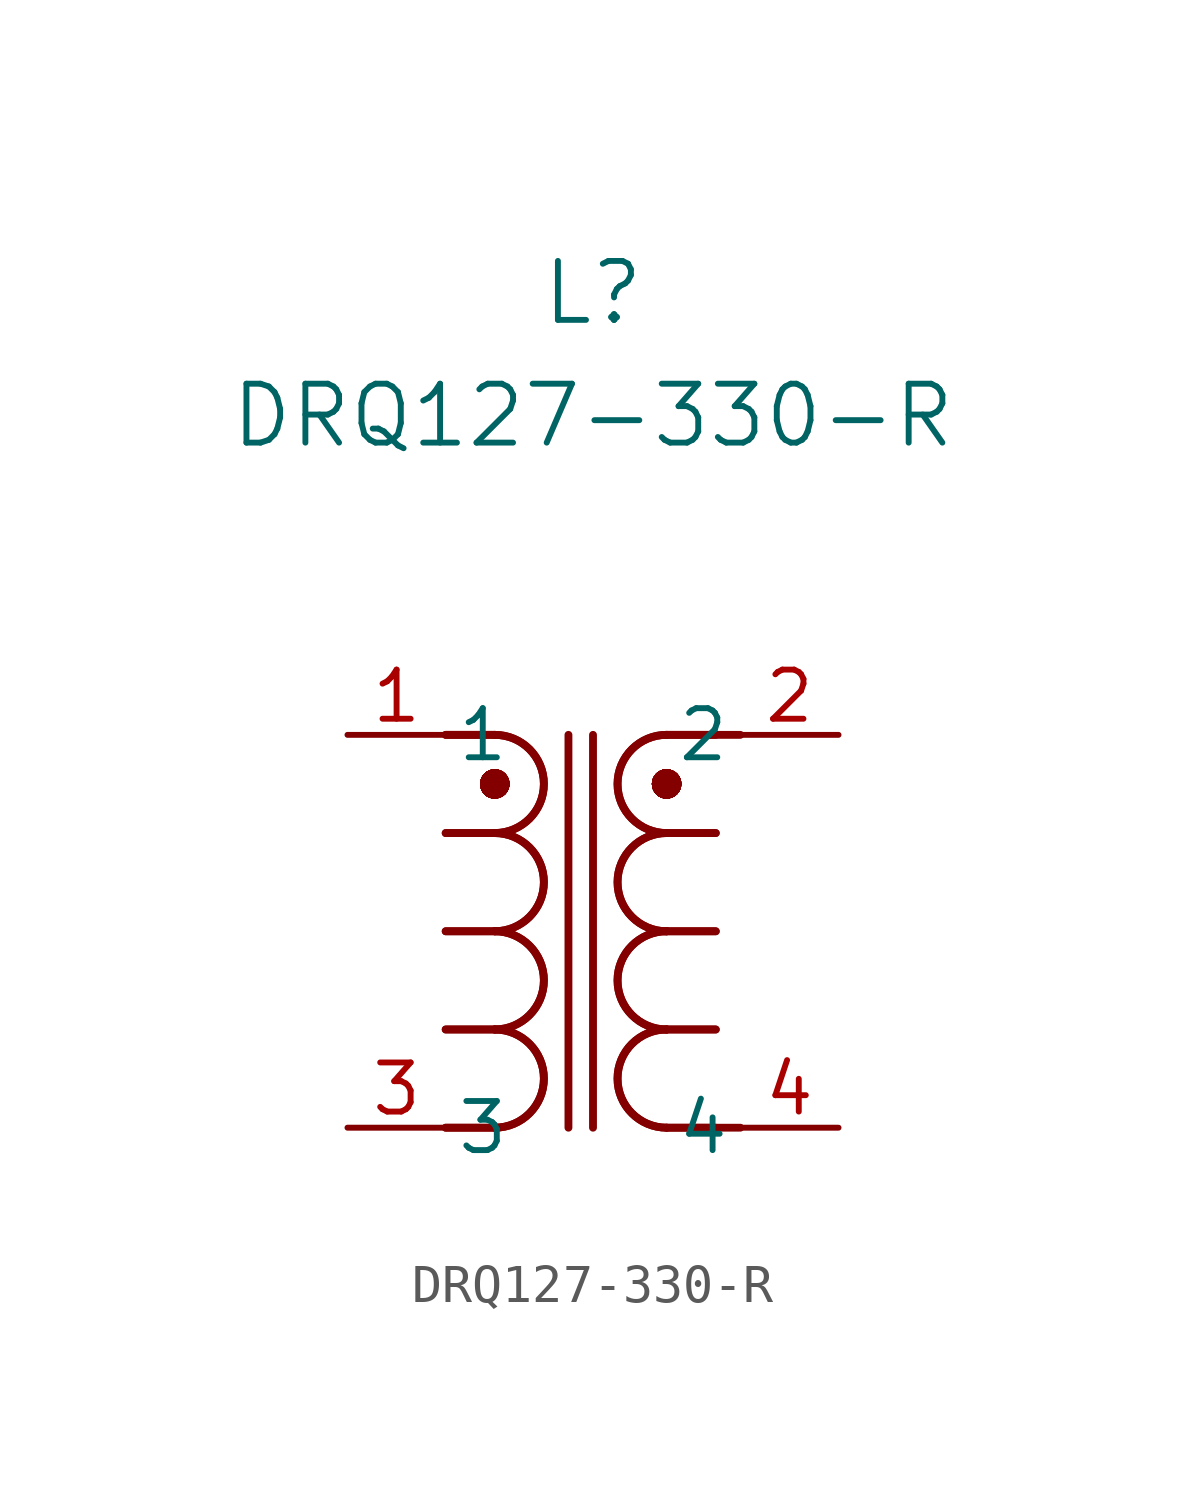
<source format=kicad_sym>
(kicad_symbol_lib
  (version 20211014)
  (generator kicad_symbol_editor)
  (symbol "DRQ127-330-R"
    (pin_names
      (offset 0.254))
    (property "Reference" "L"
      (at 6.35 11.43 0)
      (effects (font (size 1.524 1.524))))
    (property "Value" "DRQ127-330-R"
      (at 6.35 8.255 0)
      (effects (font (size 1.524 1.524))))
    (polyline
      (pts (xy 8.128 -1.27) (xy 8.255 -1.27))
      (stroke (width 0.508) (type default) (color 0 0 0 0))
      (fill (type none)))
    (arc
      (start 8.255 -1.524)
      (mid 8.509 -1.27)
      (end 8.255 -1.016)
      (stroke (width 0.254) (type default) (color 0 0 0 0))
      (fill (type none)))
    (arc
      (start 3.81 -7.62)
      (mid 5.08 -6.35)
      (end 3.81 -5.08)
      (stroke (width 0.2032) (type default) (color 0 0 0 0))
      (fill (type none)))
    (arc
      (start 3.81 -10.16)
      (mid 5.08 -8.89)
      (end 3.81 -7.62)
      (stroke (width 0.2032) (type default) (color 0 0 0 0))
      (fill (type none)))
    (arc
      (start 3.81 -2.54)
      (mid 5.08 -1.27)
      (end 3.81 0)
      (stroke (width 0.2032) (type default) (color 0 0 0 0))
      (fill (type none)))
    (arc
      (start 3.81 -5.08)
      (mid 5.08 -3.81)
      (end 3.81 -2.54)
      (stroke (width 0.2032) (type default) (color 0 0 0 0))
      (fill (type none)))
    (polyline
      (pts (xy 2.54 -5.08) (xy 3.81 -5.08))
      (stroke (width 0.203) (type default) (color 0 0 0 0))
      (fill (type none)))
    (polyline
      (pts (xy 2.54 -7.62) (xy 3.81 -7.62))
      (stroke (width 0.203) (type default) (color 0 0 0 0))
      (fill (type none)))
    (polyline
      (pts (xy 3.683 -1.27) (xy 3.81 -1.27))
      (stroke (width 0.508) (type default) (color 0 0 0 0))
      (fill (type none)))
    (polyline
      (pts (xy 6.35 0) (xy 6.35 -10.16))
      (stroke (width 0.203) (type default) (color 0 0 0 0))
      (fill (type none)))
    (polyline
      (pts (xy 5.715 0) (xy 5.715 -10.16))
      (stroke (width 0.203) (type default) (color 0 0 0 0))
      (fill (type none)))
    (polyline
      (pts (xy 2.54 -10.16) (xy 3.81 -10.16))
      (stroke (width 0.203) (type default) (color 0 0 0 0))
      (fill (type none)))
    (polyline
      (pts (xy 2.54 -2.54) (xy 3.81 -2.54))
      (stroke (width 0.203) (type default) (color 0 0 0 0))
      (fill (type none)))
    (arc
      (start 3.81 -1.524)
      (mid 4.064 -1.27)
      (end 3.81 -1.016)
      (stroke (width 0.254) (type default) (color 0 0 0 0))
      (fill (type none)))
    (arc
      (start 3.81 -1.016)
      (mid 3.556 -1.27)
      (end 3.81 -1.524)
      (stroke (width 0.254) (type default) (color 0 0 0 0))
      (fill (type none)))
    (arc
      (start 3.81 -1.524)
      (mid 4.064 -1.27)
      (end 3.81 -1.016)
      (stroke (width 0.254) (type default) (color 0 0 0 0))
      (fill (type none)))
    (arc
      (start 3.81 -1.016)
      (mid 3.556 -1.27)
      (end 3.81 -1.524)
      (stroke (width 0.254) (type default) (color 0 0 0 0))
      (fill (type none)))
    (arc
      (start 3.81 -1.524)
      (mid 4.064 -1.27)
      (end 3.81 -1.016)
      (stroke (width 0.254) (type default) (color 0 0 0 0))
      (fill (type none)))
    (arc
      (start 3.81 -1.016)
      (mid 3.556 -1.27)
      (end 3.81 -1.524)
      (stroke (width 0.254) (type default) (color 0 0 0 0))
      (fill (type none)))
    (arc
      (start 3.81 -1.524)
      (mid 4.064 -1.27)
      (end 3.81 -1.016)
      (stroke (width 0.254) (type default) (color 0 0 0 0))
      (fill (type none)))
    (arc
      (start 3.81 -1.016)
      (mid 3.556 -1.27)
      (end 3.81 -1.524)
      (stroke (width 0.254) (type default) (color 0 0 0 0))
      (fill (type none)))
    (arc
      (start 3.81 -1.524)
      (mid 4.064 -1.27)
      (end 3.81 -1.016)
      (stroke (width 0.254) (type default) (color 0 0 0 0))
      (fill (type none)))
    (arc
      (start 3.81 -1.016)
      (mid 3.556 -1.27)
      (end 3.81 -1.524)
      (stroke (width 0.254) (type default) (color 0 0 0 0))
      (fill (type none)))
    (arc
      (start 3.81 -1.524)
      (mid 4.064 -1.27)
      (end 3.81 -1.016)
      (stroke (width 0.254) (type default) (color 0 0 0 0))
      (fill (type none)))
    (arc
      (start 3.81 -1.016)
      (mid 3.556 -1.27)
      (end 3.81 -1.524)
      (stroke (width 0.254) (type default) (color 0 0 0 0))
      (fill (type none)))
    (arc
      (start 3.81 -1.524)
      (mid 4.064 -1.27)
      (end 3.81 -1.016)
      (stroke (width 0.254) (type default) (color 0 0 0 0))
      (fill (type none)))
    (arc
      (start 3.81 -1.016)
      (mid 3.556 -1.27)
      (end 3.81 -1.524)
      (stroke (width 0.254) (type default) (color 0 0 0 0))
      (fill (type none)))
    (polyline
      (pts (xy 2.54 0) (xy 3.81 0))
      (stroke (width 0.203) (type default) (color 0 0 0 0))
      (fill (type none)))
    (arc
      (start 3.81 -7.62)
      (mid 5.08 -6.35)
      (end 3.81 -5.08)
      (stroke (width 0.2032) (type default) (color 0 0 0 0))
      (fill (type none)))
    (arc
      (start 3.81 -10.16)
      (mid 5.08 -8.89)
      (end 3.81 -7.62)
      (stroke (width 0.2032) (type default) (color 0 0 0 0))
      (fill (type none)))
    (arc
      (start 3.81 -2.54)
      (mid 5.08 -1.27)
      (end 3.81 0)
      (stroke (width 0.2032) (type default) (color 0 0 0 0))
      (fill (type none)))
    (arc
      (start 3.81 -5.08)
      (mid 5.08 -3.81)
      (end 3.81 -2.54)
      (stroke (width 0.2032) (type default) (color 0 0 0 0))
      (fill (type none)))
    (polyline
      (pts (xy 2.54 -5.08) (xy 3.81 -5.08))
      (stroke (width 0.203) (type default) (color 0 0 0 0))
      (fill (type none)))
    (polyline
      (pts (xy 2.54 -7.62) (xy 3.81 -7.62))
      (stroke (width 0.203) (type default) (color 0 0 0 0))
      (fill (type none)))
    (polyline
      (pts (xy 3.683 -1.27) (xy 3.81 -1.27))
      (stroke (width 0.508) (type default) (color 0 0 0 0))
      (fill (type none)))
    (polyline
      (pts (xy 2.54 -10.16) (xy 3.81 -10.16))
      (stroke (width 0.203) (type default) (color 0 0 0 0))
      (fill (type none)))
    (polyline
      (pts (xy 2.54 -2.54) (xy 3.81 -2.54))
      (stroke (width 0.203) (type default) (color 0 0 0 0))
      (fill (type none)))
    (arc
      (start 3.81 -1.524)
      (mid 4.064 -1.27)
      (end 3.81 -1.016)
      (stroke (width 0.254) (type default) (color 0 0 0 0))
      (fill (type none)))
    (arc
      (start 3.81 -1.016)
      (mid 3.556 -1.27)
      (end 3.81 -1.524)
      (stroke (width 0.254) (type default) (color 0 0 0 0))
      (fill (type none)))
    (arc
      (start 3.81 -1.524)
      (mid 4.064 -1.27)
      (end 3.81 -1.016)
      (stroke (width 0.254) (type default) (color 0 0 0 0))
      (fill (type none)))
    (arc
      (start 3.81 -1.016)
      (mid 3.556 -1.27)
      (end 3.81 -1.524)
      (stroke (width 0.254) (type default) (color 0 0 0 0))
      (fill (type none)))
    (arc
      (start 3.81 -1.524)
      (mid 4.064 -1.27)
      (end 3.81 -1.016)
      (stroke (width 0.254) (type default) (color 0 0 0 0))
      (fill (type none)))
    (arc
      (start 3.81 -1.016)
      (mid 3.556 -1.27)
      (end 3.81 -1.524)
      (stroke (width 0.254) (type default) (color 0 0 0 0))
      (fill (type none)))
    (arc
      (start 3.81 -1.524)
      (mid 4.064 -1.27)
      (end 3.81 -1.016)
      (stroke (width 0.254) (type default) (color 0 0 0 0))
      (fill (type none)))
    (arc
      (start 3.81 -1.016)
      (mid 3.556 -1.27)
      (end 3.81 -1.524)
      (stroke (width 0.254) (type default) (color 0 0 0 0))
      (fill (type none)))
    (arc
      (start 3.81 -1.524)
      (mid 4.064 -1.27)
      (end 3.81 -1.016)
      (stroke (width 0.254) (type default) (color 0 0 0 0))
      (fill (type none)))
    (arc
      (start 3.81 -1.016)
      (mid 3.556 -1.27)
      (end 3.81 -1.524)
      (stroke (width 0.254) (type default) (color 0 0 0 0))
      (fill (type none)))
    (arc
      (start 3.81 -1.524)
      (mid 4.064 -1.27)
      (end 3.81 -1.016)
      (stroke (width 0.254) (type default) (color 0 0 0 0))
      (fill (type none)))
    (arc
      (start 3.81 -1.016)
      (mid 3.556 -1.27)
      (end 3.81 -1.524)
      (stroke (width 0.254) (type default) (color 0 0 0 0))
      (fill (type none)))
    (arc
      (start 3.81 -1.524)
      (mid 4.064 -1.27)
      (end 3.81 -1.016)
      (stroke (width 0.254) (type default) (color 0 0 0 0))
      (fill (type none)))
    (arc
      (start 3.81 -1.016)
      (mid 3.556 -1.27)
      (end 3.81 -1.524)
      (stroke (width 0.254) (type default) (color 0 0 0 0))
      (fill (type none)))
    (polyline
      (pts (xy 2.54 0) (xy 3.81 0))
      (stroke (width 0.203) (type default) (color 0 0 0 0))
      (fill (type none)))
    (polyline
      (pts (xy 10.16 0) (xy 8.255 0))
      (stroke (width 0.203) (type default) (color 0 0 0 0))
      (fill (type none)))
    (arc
      (start 8.255 -5.08)
      (mid 6.985 -6.35)
      (end 8.255 -7.62)
      (stroke (width 0.2032) (type default) (color 0 0 0 0))
      (fill (type none)))
    (arc
      (start 8.255 -7.62)
      (mid 6.985 -8.89)
      (end 8.255 -10.16)
      (stroke (width 0.2032) (type default) (color 0 0 0 0))
      (fill (type none)))
    (arc
      (start 8.255 0)
      (mid 6.985 -1.27)
      (end 8.255 -2.54)
      (stroke (width 0.2032) (type default) (color 0 0 0 0))
      (fill (type none)))
    (arc
      (start 8.255 -2.54)
      (mid 6.985 -3.81)
      (end 8.255 -5.08)
      (stroke (width 0.2032) (type default) (color 0 0 0 0))
      (fill (type none)))
    (polyline
      (pts (xy 9.525 -5.08) (xy 8.255 -5.08))
      (stroke (width 0.203) (type default) (color 0 0 0 0))
      (fill (type none)))
    (polyline
      (pts (xy 9.525 -7.62) (xy 8.255 -7.62))
      (stroke (width 0.203) (type default) (color 0 0 0 0))
      (fill (type none)))
    (polyline
      (pts (xy 10.16 -10.16) (xy 8.255 -10.16))
      (stroke (width 0.203) (type default) (color 0 0 0 0))
      (fill (type none)))
    (polyline
      (pts (xy 9.525 -2.54) (xy 8.255 -2.54))
      (stroke (width 0.203) (type default) (color 0 0 0 0))
      (fill (type none)))
    (arc
      (start 8.255 -5.08)
      (mid 6.985 -6.35)
      (end 8.255 -7.62)
      (stroke (width 0.2032) (type default) (color 0 0 0 0))
      (fill (type none)))
    (arc
      (start 8.255 -7.62)
      (mid 6.985 -8.89)
      (end 8.255 -10.16)
      (stroke (width 0.2032) (type default) (color 0 0 0 0))
      (fill (type none)))
    (arc
      (start 8.255 0)
      (mid 6.985 -1.27)
      (end 8.255 -2.54)
      (stroke (width 0.2032) (type default) (color 0 0 0 0))
      (fill (type none)))
    (arc
      (start 8.255 -2.54)
      (mid 6.985 -3.81)
      (end 8.255 -5.08)
      (stroke (width 0.2032) (type default) (color 0 0 0 0))
      (fill (type none)))
    (polyline
      (pts (xy 9.525 -5.08) (xy 8.255 -5.08))
      (stroke (width 0.203) (type default) (color 0 0 0 0))
      (fill (type none)))
    (polyline
      (pts (xy 9.525 -7.62) (xy 8.255 -7.62))
      (stroke (width 0.203) (type default) (color 0 0 0 0))
      (fill (type none)))
    (polyline
      (pts (xy 9.525 -10.16) (xy 8.255 -10.16))
      (stroke (width 0.203) (type default) (color 0 0 0 0))
      (fill (type none)))
    (polyline
      (pts (xy 9.525 -2.54) (xy 8.255 -2.54))
      (stroke (width 0.203) (type default) (color 0 0 0 0))
      (fill (type none)))
    (polyline
      (pts (xy 9.525 0) (xy 8.255 0))
      (stroke (width 0.203) (type default) (color 0 0 0 0))
      (fill (type none)))
    (arc
      (start 8.255 -1.016)
      (mid 8.001 -1.27)
      (end 8.255 -1.524)
      (stroke (width 0.254) (type default) (color 0 0 0 0))
      (fill (type none)))
    (arc
      (start 8.255 -1.524)
      (mid 8.509 -1.27)
      (end 8.255 -1.016)
      (stroke (width 0.254) (type default) (color 0 0 0 0))
      (fill (type none)))
    (arc
      (start 8.255 -1.016)
      (mid 8.001 -1.27)
      (end 8.255 -1.524)
      (stroke (width 0.254) (type default) (color 0 0 0 0))
      (fill (type none)))
    (arc
      (start 8.255 -1.524)
      (mid 8.509 -1.27)
      (end 8.255 -1.016)
      (stroke (width 0.254) (type default) (color 0 0 0 0))
      (fill (type none)))
    (arc
      (start 8.255 -1.016)
      (mid 8.001 -1.27)
      (end 8.255 -1.524)
      (stroke (width 0.254) (type default) (color 0 0 0 0))
      (fill (type none)))
    (arc
      (start 8.255 -1.524)
      (mid 8.509 -1.27)
      (end 8.255 -1.016)
      (stroke (width 0.254) (type default) (color 0 0 0 0))
      (fill (type none)))
    (arc
      (start 8.255 -1.016)
      (mid 8.001 -1.27)
      (end 8.255 -1.524)
      (stroke (width 0.254) (type default) (color 0 0 0 0))
      (fill (type none)))
    (arc
      (start 8.255 -1.524)
      (mid 8.509 -1.27)
      (end 8.255 -1.016)
      (stroke (width 0.254) (type default) (color 0 0 0 0))
      (fill (type none)))
    (arc
      (start 8.255 -1.016)
      (mid 8.001 -1.27)
      (end 8.255 -1.524)
      (stroke (width 0.254) (type default) (color 0 0 0 0))
      (fill (type none)))
    (arc
      (start 8.255 -1.524)
      (mid 8.509 -1.27)
      (end 8.255 -1.016)
      (stroke (width 0.254) (type default) (color 0 0 0 0))
      (fill (type none)))
    (arc
      (start 8.255 -1.016)
      (mid 8.001 -1.27)
      (end 8.255 -1.524)
      (stroke (width 0.254) (type default) (color 0 0 0 0))
      (fill (type none)))
    (arc
      (start 8.255 -1.524)
      (mid 8.509 -1.27)
      (end 8.255 -1.016)
      (stroke (width 0.254) (type default) (color 0 0 0 0))
      (fill (type none)))
    (arc
      (start 8.255 -1.016)
      (mid 8.001 -1.27)
      (end 8.255 -1.524)
      (stroke (width 0.254) (type default) (color 0 0 0 0))
      (fill (type none)))
    (polyline
      (pts (xy 8.128 -1.27) (xy 8.255 -1.27))
      (stroke (width 0.508) (type default) (color 0 0 0 0))
      (fill (type none)))
    (arc
      (start 8.255 -1.524)
      (mid 8.509 -1.27)
      (end 8.255 -1.016)
      (stroke (width 0.254) (type default) (color 0 0 0 0))
      (fill (type none)))
    (arc
      (start 8.255 -1.016)
      (mid 8.001 -1.27)
      (end 8.255 -1.524)
      (stroke (width 0.254) (type default) (color 0 0 0 0))
      (fill (type none)))
    (arc
      (start 8.255 -1.524)
      (mid 8.509 -1.27)
      (end 8.255 -1.016)
      (stroke (width 0.254) (type default) (color 0 0 0 0))
      (fill (type none)))
    (arc
      (start 8.255 -1.016)
      (mid 8.001 -1.27)
      (end 8.255 -1.524)
      (stroke (width 0.254) (type default) (color 0 0 0 0))
      (fill (type none)))
    (arc
      (start 8.255 -1.524)
      (mid 8.509 -1.27)
      (end 8.255 -1.016)
      (stroke (width 0.254) (type default) (color 0 0 0 0))
      (fill (type none)))
    (arc
      (start 8.255 -1.016)
      (mid 8.001 -1.27)
      (end 8.255 -1.524)
      (stroke (width 0.254) (type default) (color 0 0 0 0))
      (fill (type none)))
    (arc
      (start 8.255 -1.524)
      (mid 8.509 -1.27)
      (end 8.255 -1.016)
      (stroke (width 0.254) (type default) (color 0 0 0 0))
      (fill (type none)))
    (arc
      (start 8.255 -1.016)
      (mid 8.001 -1.27)
      (end 8.255 -1.524)
      (stroke (width 0.254) (type default) (color 0 0 0 0))
      (fill (type none)))
    (arc
      (start 8.255 -1.524)
      (mid 8.509 -1.27)
      (end 8.255 -1.016)
      (stroke (width 0.254) (type default) (color 0 0 0 0))
      (fill (type none)))
    (arc
      (start 8.255 -1.016)
      (mid 8.001 -1.27)
      (end 8.255 -1.524)
      (stroke (width 0.254) (type default) (color 0 0 0 0))
      (fill (type none)))
    (arc
      (start 8.255 -1.524)
      (mid 8.509 -1.27)
      (end 8.255 -1.016)
      (stroke (width 0.254) (type default) (color 0 0 0 0))
      (fill (type none)))
    (arc
      (start 8.255 -1.016)
      (mid 8.001 -1.27)
      (end 8.255 -1.524)
      (stroke (width 0.254) (type default) (color 0 0 0 0))
      (fill (type none)))
    (arc
      (start 8.255 -1.524)
      (mid 8.509 -1.27)
      (end 8.255 -1.016)
      (stroke (width 0.254) (type default) (color 0 0 0 0))
      (fill (type none)))
    (arc
      (start 8.255 -1.016)
      (mid 8.001 -1.27)
      (end 8.255 -1.524)
      (stroke (width 0.254) (type default) (color 0 0 0 0))
      (fill (type none)))
    (pin unspecified line
      (at 0 0 0)
      (length 2.54)
      (name "1" (effects (font (size 1.27 1.27))))
      (number "1" (effects (font (size 1.27 1.27)))))
    (pin unspecified line
      (at 12.7 0 180)
      (length 2.54)
      (name "2" (effects (font (size 1.27 1.27))))
      (number "2" (effects (font (size 1.27 1.27)))))
    (pin unspecified line
      (at 0 -10.16 0)
      (length 2.54)
      (name "3" (effects (font (size 1.27 1.27))))
      (number "3" (effects (font (size 1.27 1.27)))))
    (pin unspecified line
      (at 12.7 -10.16 180)
      (length 2.54)
      (name "4" (effects (font (size 1.27 1.27))))
      (number "4" (effects (font (size 1.27 1.27)))))))
</source>
